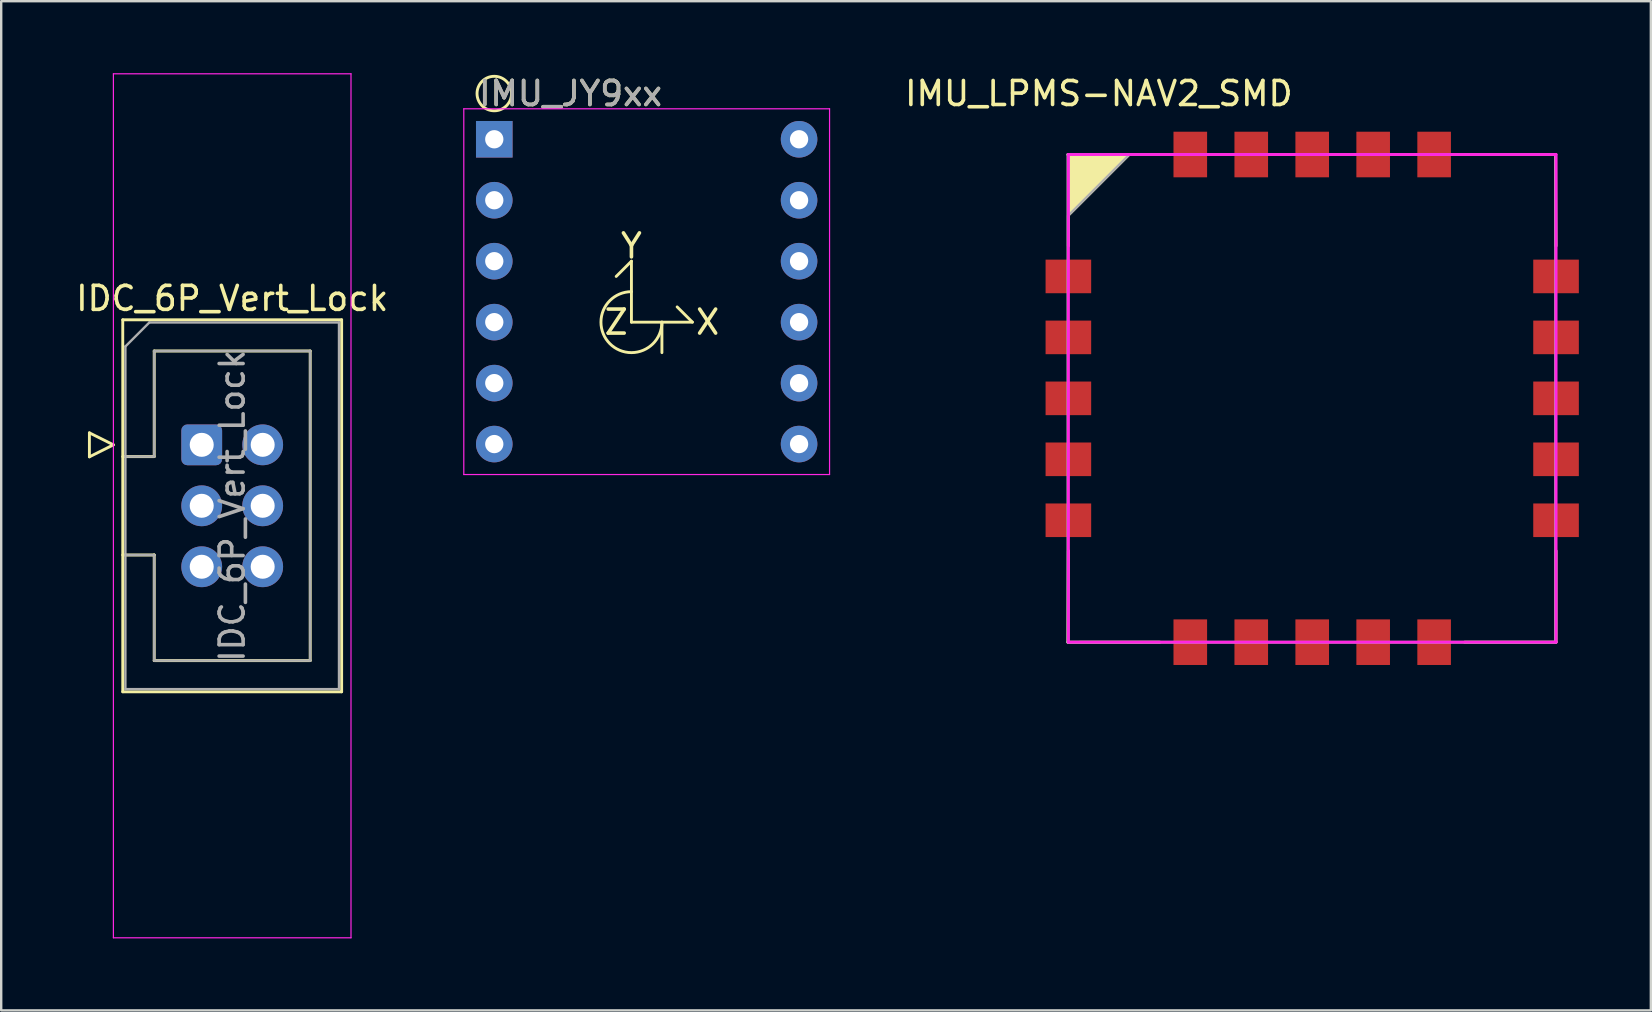
<source format=kicad_pcb>
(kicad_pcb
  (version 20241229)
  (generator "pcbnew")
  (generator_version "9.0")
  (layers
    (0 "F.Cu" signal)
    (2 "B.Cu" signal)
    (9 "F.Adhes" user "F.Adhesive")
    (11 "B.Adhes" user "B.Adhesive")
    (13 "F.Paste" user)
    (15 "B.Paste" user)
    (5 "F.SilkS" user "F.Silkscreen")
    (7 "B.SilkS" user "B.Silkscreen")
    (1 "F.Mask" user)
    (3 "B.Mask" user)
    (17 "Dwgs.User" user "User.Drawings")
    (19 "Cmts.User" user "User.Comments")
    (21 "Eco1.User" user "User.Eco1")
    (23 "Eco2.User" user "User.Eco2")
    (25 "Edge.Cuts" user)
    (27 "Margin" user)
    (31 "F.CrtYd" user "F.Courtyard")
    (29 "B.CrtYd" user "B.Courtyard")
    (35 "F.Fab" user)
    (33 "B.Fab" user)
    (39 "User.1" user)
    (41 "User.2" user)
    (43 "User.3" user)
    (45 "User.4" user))
  (footprint "IMU_LPMS-NAV2_SMD"
    (layer "F.Cu")
    (at 51.626 14.818)
    (property "Reference" "IMU_LPMS-NAV2_SMD" (at -8.89 -13.97 0) (layer "F.SilkS") (effects (font (size 1 1) (thickness 0.15))))
    (attr through_hole)
    (fp_line (start -10.178 -11.429) (end -6.35 -11.429) (stroke (width 0.12) (type solid)) (layer "F.SilkS"))
    (fp_line (start -10.178 8.891) (end -10.16 5.08) (stroke (width 0.12) (type solid)) (layer "F.SilkS"))
    (fp_line (start -10.178 8.891) (end -6.35 8.89) (stroke (width 0.12) (type solid)) (layer "F.SilkS"))
    (fp_line (start -10.16 -8.89) (end -10.16 -7.62) (stroke (width 0.12) (type solid)) (layer "F.SilkS"))
    (fp_line (start 10.142 -11.429) (end 6.35 -11.43) (stroke (width 0.12) (type solid)) (layer "F.SilkS"))
    (fp_line (start 10.142 -11.429) (end 10.16 -7.62) (stroke (width 0.12) (type solid)) (layer "F.SilkS"))
    (fp_line (start 10.16 8.89) (end 6.35 8.89) (stroke (width 0.12) (type solid)) (layer "F.SilkS"))
    (fp_line (start 10.16 8.89) (end 10.16 5.08) (stroke (width 0.12) (type solid)) (layer "F.SilkS"))
    (fp_poly (pts (xy -10.16 -8.89) (xy -10.16 -11.43) (xy -7.62 -11.43)) (stroke (width 0.1) (type solid)) (fill yes) (layer "F.SilkS"))
    (fp_line (start -10.16 -11.43) (end 10.16 -11.43) (stroke (width 0.12) (type solid)) (layer "F.CrtYd"))
    (fp_line (start -10.16 8.89) (end -10.16 -11.43) (stroke (width 0.12) (type solid)) (layer "F.CrtYd"))
    (fp_line (start 10.16 -11.43) (end 10.16 8.89) (stroke (width 0.12) (type solid)) (layer "F.CrtYd"))
    (fp_line (start 10.16 8.89) (end -10.16 8.89) (stroke (width 0.12) (type solid)) (layer "F.CrtYd"))
    (fp_line (start -10.178 -11.429) (end -10.178 8.891) (stroke (width 0.12) (type solid)) (layer "F.Fab"))
    (fp_line (start -10.178 -11.429) (end 10.142 -11.429) (stroke (width 0.12) (type solid)) (layer "F.Fab"))
    (fp_line (start -10.178 8.891) (end 10.142 8.891) (stroke (width 0.12) (type solid)) (layer "F.Fab"))
    (fp_line (start 10.142 -11.429) (end 10.142 8.891) (stroke (width 0.12) (type solid)) (layer "F.Fab"))
    (fp_poly (pts (xy -10.16 -8.89) (xy -10.16 -11.43) (xy -7.62 -11.43)) (stroke (width 0.1) (type solid)) (fill no) (layer "F.Fab"))
    (pad "1" smd rect (at -10.16 -6.35) (size 1.9 1.4) (layers "F.Cu" "F.Mask" "F.Paste"))
    (pad "2" smd rect (at -10.16 -3.81) (size 1.9 1.4) (layers "F.Cu" "F.Mask" "F.Paste"))
    (pad "3" smd rect (at -10.16 -1.27) (size 1.9 1.4) (layers "F.Cu" "F.Mask" "F.Paste"))
    (pad "4" smd rect (at -10.16 1.27) (size 1.9 1.4) (layers "F.Cu" "F.Mask" "F.Paste"))
    (pad "5" smd rect (at -10.16 3.81) (size 1.9 1.4) (layers "F.Cu" "F.Mask" "F.Paste"))
    (pad "6" smd rect (at -5.08 8.89 90) (size 1.9 1.4) (layers "F.Cu" "F.Mask" "F.Paste"))
    (pad "7" smd rect (at -2.54 8.89 90) (size 1.9 1.4) (layers "F.Cu" "F.Mask" "F.Paste"))
    (pad "8" smd rect (at 0 8.89 90) (size 1.9 1.4) (layers "F.Cu" "F.Mask" "F.Paste"))
    (pad "9" smd rect (at 2.54 8.89 90) (size 1.9 1.4) (layers "F.Cu" "F.Mask" "F.Paste"))
    (pad "10" smd rect (at 5.08 8.89 90) (size 1.9 1.4) (layers "F.Cu" "F.Mask" "F.Paste"))
    (pad "11" smd rect (at 10.16 3.81) (size 1.9 1.4) (layers "F.Cu" "F.Mask" "F.Paste"))
    (pad "12" smd rect (at 10.16 1.27) (size 1.9 1.4) (layers "F.Cu" "F.Mask" "F.Paste"))
    (pad "13" smd rect (at 10.16 -1.27) (size 1.9 1.4) (layers "F.Cu" "F.Mask" "F.Paste"))
    (pad "14" smd rect (at 10.16 -3.81) (size 1.9 1.4) (layers "F.Cu" "F.Mask" "F.Paste"))
    (pad "15" smd rect (at 10.16 -6.35) (size 1.9 1.4) (layers "F.Cu" "F.Mask" "F.Paste"))
    (pad "16" smd rect (at 5.08 -11.43 90) (size 1.9 1.4) (layers "F.Cu" "F.Mask" "F.Paste"))
    (pad "17" smd rect (at 2.54 -11.43 90) (size 1.9 1.4) (layers "F.Cu" "F.Mask" "F.Paste"))
    (pad "18" smd rect (at 0 -11.43 90) (size 1.9 1.4) (layers "F.Cu" "F.Mask" "F.Paste"))
    (pad "19" smd rect (at -2.54 -11.43 90) (size 1.9 1.4) (layers "F.Cu" "F.Mask" "F.Paste"))
    (pad "20" smd rect (at -5.08 -11.43 90) (size 1.9 1.4) (layers "F.Cu" "F.Mask" "F.Paste")))
  (footprint "IDC_6P_Vert_Lock"
    (layer "F.Cu")
    (at 5.355 15.485)
    (property "Reference" "IDC_6P_Vert_Lock" (at 1.27 -6.1 0) (layer "F.SilkS") (effects (font (size 1 1) (thickness 0.15))))
    (attr through_hole)
    (fp_line (start -4.68 -0.5) (end -4.68 0.5) (stroke (width 0.12) (type solid)) (layer "F.SilkS"))
    (fp_line (start -4.68 0.5) (end -3.68 0) (stroke (width 0.12) (type solid)) (layer "F.SilkS"))
    (fp_line (start -3.68 0) (end -4.68 -0.5) (stroke (width 0.12) (type solid)) (layer "F.SilkS"))
    (fp_line (start -3.29 -5.21) (end 5.83 -5.21) (stroke (width 0.12) (type solid)) (layer "F.SilkS"))
    (fp_line (start -3.29 0.49) (end -1.98 0.49) (stroke (width 0.12) (type solid)) (layer "F.SilkS"))
    (fp_line (start -3.29 10.29) (end -3.29 -5.21) (stroke (width 0.12) (type solid)) (layer "F.SilkS"))
    (fp_line (start -1.98 -3.91) (end 4.52 -3.91) (stroke (width 0.12) (type solid)) (layer "F.SilkS"))
    (fp_line (start -1.98 0.49) (end -1.98 -3.91) (stroke (width 0.12) (type solid)) (layer "F.SilkS"))
    (fp_line (start -1.98 4.59) (end -3.29 4.59) (stroke (width 0.12) (type solid)) (layer "F.SilkS"))
    (fp_line (start -1.98 4.59) (end -1.98 4.59) (stroke (width 0.12) (type solid)) (layer "F.SilkS"))
    (fp_line (start -1.98 8.99) (end -1.98 4.59) (stroke (width 0.12) (type solid)) (layer "F.SilkS"))
    (fp_line (start 4.52 -3.91) (end 4.52 8.99) (stroke (width 0.12) (type solid)) (layer "F.SilkS"))
    (fp_line (start 4.52 8.99) (end -1.98 8.99) (stroke (width 0.12) (type solid)) (layer "F.SilkS"))
    (fp_line (start 5.83 -5.21) (end 5.83 10.29) (stroke (width 0.12) (type solid)) (layer "F.SilkS"))
    (fp_line (start 5.83 10.29) (end -3.29 10.29) (stroke (width 0.12) (type solid)) (layer "F.SilkS"))
    (fp_line (start -3.68 -15.46) (end -3.68 20.54) (stroke (width 0.05) (type solid)) (layer "F.CrtYd"))
    (fp_line (start -3.68 20.54) (end 6.22 20.54) (stroke (width 0.05) (type solid)) (layer "F.CrtYd"))
    (fp_line (start 6.22 -15.46) (end -3.68 -15.46) (stroke (width 0.05) (type solid)) (layer "F.CrtYd"))
    (fp_line (start 6.22 20.54) (end 6.22 -15.46) (stroke (width 0.05) (type solid)) (layer "F.CrtYd"))
    (fp_line (start -3.18 -4.1) (end -2.18 -5.1) (stroke (width 0.1) (type solid)) (layer "F.Fab"))
    (fp_line (start -3.18 0.49) (end -1.98 0.49) (stroke (width 0.1) (type solid)) (layer "F.Fab"))
    (fp_line (start -3.18 10.18) (end -3.18 -4.1) (stroke (width 0.1) (type solid)) (layer "F.Fab"))
    (fp_line (start -2.18 -5.1) (end 5.72 -5.1) (stroke (width 0.1) (type solid)) (layer "F.Fab"))
    (fp_line (start -1.98 -3.91) (end 4.52 -3.91) (stroke (width 0.1) (type solid)) (layer "F.Fab"))
    (fp_line (start -1.98 0.49) (end -1.98 -3.91) (stroke (width 0.1) (type solid)) (layer "F.Fab"))
    (fp_line (start -1.98 4.59) (end -3.18 4.59) (stroke (width 0.1) (type solid)) (layer "F.Fab"))
    (fp_line (start -1.98 4.59) (end -1.98 4.59) (stroke (width 0.1) (type solid)) (layer "F.Fab"))
    (fp_line (start -1.98 8.99) (end -1.98 4.59) (stroke (width 0.1) (type solid)) (layer "F.Fab"))
    (fp_line (start 4.52 -3.91) (end 4.52 8.99) (stroke (width 0.1) (type solid)) (layer "F.Fab"))
    (fp_line (start 4.52 8.99) (end -1.98 8.99) (stroke (width 0.1) (type solid)) (layer "F.Fab"))
    (fp_line (start 5.72 -5.1) (end 5.72 10.18) (stroke (width 0.1) (type solid)) (layer "F.Fab"))
    (fp_line (start 5.72 10.18) (end -3.18 10.18) (stroke (width 0.1) (type solid)) (layer "F.Fab"))
    (fp_text user "${REFERENCE}" (at 1.27 2.54 90) (layer "F.Fab") (effects (font (size 1 1) (thickness 0.15))))
    (pad "1" thru_hole roundrect (at 0 0) (size 1.7 1.7) (drill 1) (layers "*.Cu" "*.Mask") (roundrect_rratio 0.147))
    (pad "2" thru_hole circle (at 2.54 0) (size 1.7 1.7) (drill 1) (layers "*.Cu" "*.Mask"))
    (pad "3" thru_hole circle (at 0 2.54) (size 1.7 1.7) (drill 1) (layers "*.Cu" "*.Mask"))
    (pad "4" thru_hole circle (at 2.54 2.54) (size 1.7 1.7) (drill 1) (layers "*.Cu" "*.Mask"))
    (pad "5" thru_hole circle (at 0 5.08) (size 1.7 1.7) (drill 1) (layers "*.Cu" "*.Mask"))
    (pad "6" thru_hole circle (at 2.54 5.08) (size 1.7 1.7) (drill 1) (layers "*.Cu" "*.Mask")))
  (footprint "IMU_JY9xx"
    (layer "F.Cu")
    (at 17.545 2.753)
    (property "Reference" "IMU_JY9xx" (at 3.175 -1.905 0) (unlocked yes) (layer "F.SilkS") (effects (font (size 1 1) (thickness 0.15))))
    (attr through_hole)
    (fp_line (start 5.715 5.08) (end 5.08 5.715) (stroke (width 0.12) (type solid)) (layer "F.SilkS"))
    (fp_line (start 5.715 7.62) (end 5.715 5.08) (stroke (width 0.12) (type solid)) (layer "F.SilkS"))
    (fp_line (start 5.715 7.62) (end 8.255 7.62) (stroke (width 0.12) (type solid)) (layer "F.SilkS"))
    (fp_line (start 6.985 7.62) (end 6.985 8.89) (stroke (width 0.12) (type solid)) (layer "F.SilkS"))
    (fp_line (start 8.255 7.62) (end 7.62 6.985) (stroke (width 0.12) (type solid)) (layer "F.SilkS"))
    (fp_arc (start 6.985 7.62) (mid 4.816974 8.518026) (end 5.715 6.35) (stroke (width 0.12) (type solid)) (layer "F.SilkS"))
    (fp_circle (center 0 -1.905) (end 0.508 -1.397) (stroke (width 0.12) (type solid)) (fill no) (layer "F.SilkS"))
    (fp_line (start -1.27 -1.27) (end 13.97 -1.27) (stroke (width 0.05) (type solid)) (layer "F.CrtYd"))
    (fp_line (start -1.27 13.97) (end -1.27 -1.27) (stroke (width 0.05) (type solid)) (layer "F.CrtYd"))
    (fp_line (start 13.97 -1.27) (end 13.97 13.97) (stroke (width 0.05) (type solid)) (layer "F.CrtYd"))
    (fp_line (start 13.97 13.97) (end -1.27 13.97) (stroke (width 0.05) (type solid)) (layer "F.CrtYd"))
    (fp_text user "Y" (at 5.715 4.445 0) (unlocked yes) (layer "F.SilkS") (effects (font (size 1 1) (thickness 0.15))))
    (fp_text user "Z" (at 5.08 7.62 0) (unlocked yes) (layer "F.SilkS") (effects (font (size 1 1) (thickness 0.15))))
    (fp_text user "X" (at 8.89 7.62 0) (unlocked yes) (layer "F.SilkS") (effects (font (size 1 1) (thickness 0.15))))
    (fp_text user "${REFERENCE}" (at 3.175 -1.905 0) (unlocked yes) (layer "F.Fab") (effects (font (size 1 1) (thickness 0.15))))
    (pad "1" thru_hole rect (at 0 0) (size 1.524 1.524) (drill 0.762) (layers "*.Cu" "*.Mask"))
    (pad "2" thru_hole circle (at 0 2.54) (size 1.524 1.524) (drill 0.762) (layers "*.Cu" "*.Mask"))
    (pad "3" thru_hole circle (at 0 5.08) (size 1.524 1.524) (drill 0.762) (layers "*.Cu" "*.Mask"))
    (pad "4" thru_hole circle (at 0 7.62) (size 1.524 1.524) (drill 0.762) (layers "*.Cu" "*.Mask"))
    (pad "5" thru_hole circle (at 0 10.16) (size 1.524 1.524) (drill 0.762) (layers "*.Cu" "*.Mask"))
    (pad "6" thru_hole circle (at 0 12.7) (size 1.524 1.524) (drill 0.762) (layers "*.Cu" "*.Mask"))
    (pad "7" thru_hole circle (at 12.7 12.7) (size 1.524 1.524) (drill 0.762) (layers "*.Cu" "*.Mask"))
    (pad "8" thru_hole circle (at 12.7 10.16) (size 1.524 1.524) (drill 0.762) (layers "*.Cu" "*.Mask"))
    (pad "9" thru_hole circle (at 12.7 7.62) (size 1.524 1.524) (drill 0.762) (layers "*.Cu" "*.Mask"))
    (pad "10" thru_hole circle (at 12.7 5.08) (size 1.524 1.524) (drill 0.762) (layers "*.Cu" "*.Mask"))
    (pad "11" thru_hole circle (at 12.7 2.54) (size 1.524 1.524) (drill 0.762) (layers "*.Cu" "*.Mask"))
    (pad "12" thru_hole circle (at 12.7 0) (size 1.524 1.524) (drill 0.762) (layers "*.Cu" "*.Mask"))
    (zone (net_name "") (layers "F.Cu" "B.Cu") (hatch edge 0.508) (connect_pads) (min_thickness 0.254) (filled_areas_thickness no) (keepout (tracks not_allowed) (vias not_allowed) (pads not_allowed) (copperpour not_allowed) (footprints not_allowed)) (placement (enabled no)) (fill) (polygon (pts (xy 29.229 16.469) (xy 18.561 16.469) (xy 18.561 1.737) (xy 29.229 1.737)))))
  (gr_rect
    (start -3 -3)
    (end 65.736 39.05)
    (stroke (width 0.1) (type default))
    (fill no)
    (layer "Edge.Cuts")))
</source>
